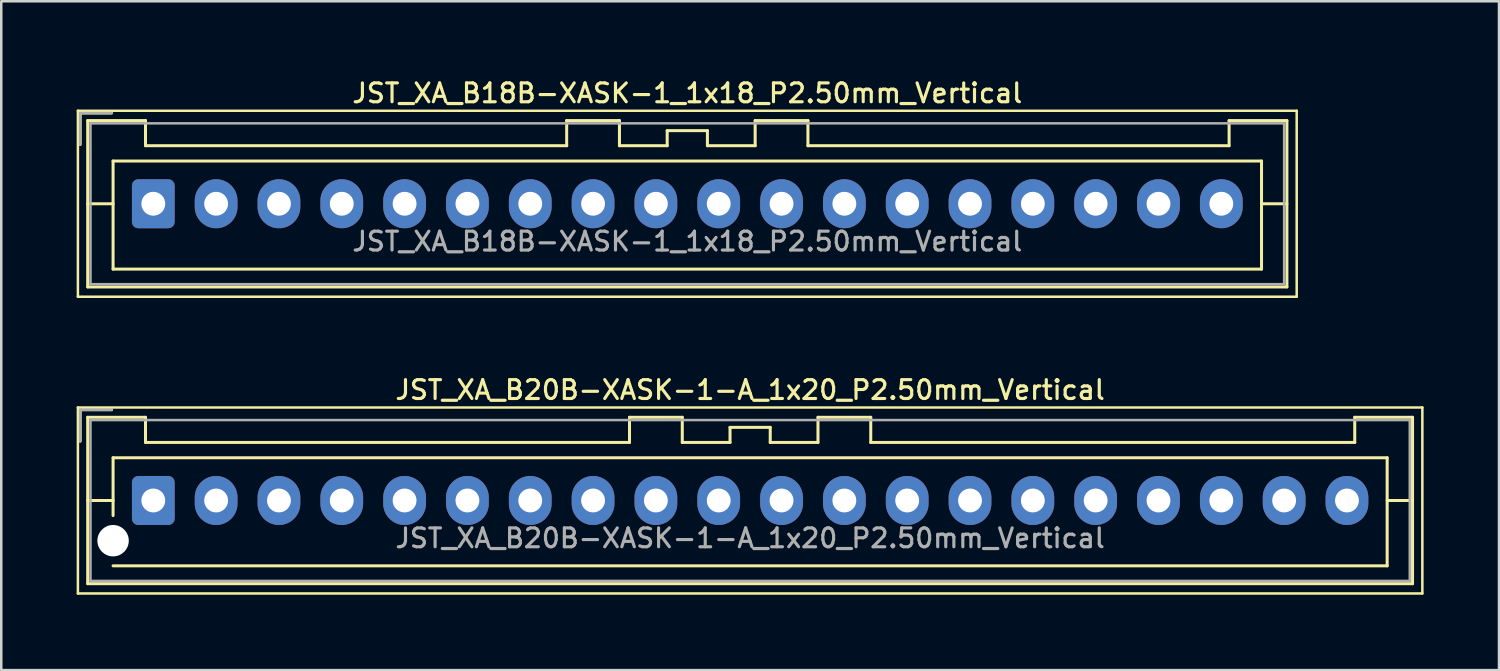
<source format=kicad_pcb>
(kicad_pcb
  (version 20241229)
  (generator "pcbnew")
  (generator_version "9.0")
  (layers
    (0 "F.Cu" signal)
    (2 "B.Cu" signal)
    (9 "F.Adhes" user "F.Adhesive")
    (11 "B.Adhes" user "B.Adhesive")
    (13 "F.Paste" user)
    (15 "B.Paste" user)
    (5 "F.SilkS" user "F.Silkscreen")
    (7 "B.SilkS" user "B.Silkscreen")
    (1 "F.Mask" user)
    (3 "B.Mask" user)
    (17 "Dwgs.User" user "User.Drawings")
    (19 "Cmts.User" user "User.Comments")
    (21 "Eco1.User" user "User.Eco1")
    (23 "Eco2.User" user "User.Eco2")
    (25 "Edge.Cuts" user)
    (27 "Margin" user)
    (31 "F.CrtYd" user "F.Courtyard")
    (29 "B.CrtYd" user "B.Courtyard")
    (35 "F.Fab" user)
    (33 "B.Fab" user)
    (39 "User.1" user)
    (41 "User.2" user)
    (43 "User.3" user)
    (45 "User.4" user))
  (footprint "JST_XA_B18B-XASK-1_1x18_P2.50mm_Vertical"
    (layer "F.Cu")
    (at 3.05 5.058)
    (property "Reference" "JST_XA_B18B-XASK-1_1x18_P2.50mm_Vertical" (at 21.25 -4.4 0) (layer "F.SilkS") (effects (font (size 0.75 0.75) (thickness 0.125))))
    (attr through_hole)
    (fp_line (start -3 -3.7) (end -3 3.7) (stroke (width 0.1) (type solid)) (layer "F.SilkS"))
    (fp_line (start -3 3.7) (end 45.5 3.7) (stroke (width 0.1) (type solid)) (layer "F.SilkS"))
    (fp_line (start -2.91 -3.61) (end -2.91 -2.36) (stroke (width 0.12) (type solid)) (layer "F.SilkS"))
    (fp_line (start -2.61 -3.31) (end -2.61 3.31) (stroke (width 0.12) (type solid)) (layer "F.SilkS"))
    (fp_line (start -2.61 0) (end -1.6 0) (stroke (width 0.12) (type solid)) (layer "F.SilkS"))
    (fp_line (start -2.61 3.31) (end 45.11 3.31) (stroke (width 0.12) (type solid)) (layer "F.SilkS"))
    (fp_line (start -1.66 -3.61) (end -2.91 -3.61) (stroke (width 0.12) (type solid)) (layer "F.SilkS"))
    (fp_line (start -1.6 -1.7) (end -1.6 2.6) (stroke (width 0.12) (type solid)) (layer "F.SilkS"))
    (fp_line (start -1.6 2.6) (end 44.1 2.6) (stroke (width 0.12) (type solid)) (layer "F.SilkS"))
    (fp_line (start -0.31 -3.31) (end -2.61 -3.31) (stroke (width 0.12) (type solid)) (layer "F.SilkS"))
    (fp_line (start -0.31 -2.31) (end -0.31 -3.31) (stroke (width 0.12) (type solid)) (layer "F.SilkS"))
    (fp_line (start 16.45 -3.31) (end 16.45 -2.31) (stroke (width 0.12) (type solid)) (layer "F.SilkS"))
    (fp_line (start 16.45 -2.31) (end -0.31 -2.31) (stroke (width 0.12) (type solid)) (layer "F.SilkS"))
    (fp_line (start 18.55 -3.31) (end 16.45 -3.31) (stroke (width 0.12) (type solid)) (layer "F.SilkS"))
    (fp_line (start 18.55 -2.31) (end 18.55 -3.31) (stroke (width 0.12) (type solid)) (layer "F.SilkS"))
    (fp_line (start 20.45 -2.91) (end 20.45 -2.31) (stroke (width 0.12) (type solid)) (layer "F.SilkS"))
    (fp_line (start 20.45 -2.31) (end 18.55 -2.31) (stroke (width 0.12) (type solid)) (layer "F.SilkS"))
    (fp_line (start 22.05 -2.91) (end 20.45 -2.91) (stroke (width 0.12) (type solid)) (layer "F.SilkS"))
    (fp_line (start 22.05 -2.31) (end 22.05 -2.91) (stroke (width 0.12) (type solid)) (layer "F.SilkS"))
    (fp_line (start 23.95 -3.31) (end 23.95 -2.31) (stroke (width 0.12) (type solid)) (layer "F.SilkS"))
    (fp_line (start 23.95 -2.31) (end 22.05 -2.31) (stroke (width 0.12) (type solid)) (layer "F.SilkS"))
    (fp_line (start 26.05 -3.31) (end 23.95 -3.31) (stroke (width 0.12) (type solid)) (layer "F.SilkS"))
    (fp_line (start 26.05 -2.31) (end 26.05 -3.31) (stroke (width 0.12) (type solid)) (layer "F.SilkS"))
    (fp_line (start 42.81 -3.31) (end 42.81 -2.31) (stroke (width 0.12) (type solid)) (layer "F.SilkS"))
    (fp_line (start 42.81 -2.31) (end 26.05 -2.31) (stroke (width 0.12) (type solid)) (layer "F.SilkS"))
    (fp_line (start 44.1 -1.7) (end -1.6 -1.7) (stroke (width 0.12) (type solid)) (layer "F.SilkS"))
    (fp_line (start 44.1 2.6) (end 44.1 -1.7) (stroke (width 0.12) (type solid)) (layer "F.SilkS"))
    (fp_line (start 45.11 -3.31) (end 42.81 -3.31) (stroke (width 0.12) (type solid)) (layer "F.SilkS"))
    (fp_line (start 45.11 0) (end 44.1 0) (stroke (width 0.12) (type solid)) (layer "F.SilkS"))
    (fp_line (start 45.11 3.31) (end 45.11 -3.31) (stroke (width 0.12) (type solid)) (layer "F.SilkS"))
    (fp_line (start 45.5 -3.7) (end -3 -3.7) (stroke (width 0.1) (type solid)) (layer "F.SilkS"))
    (fp_line (start 45.5 3.7) (end 45.5 -3.7) (stroke (width 0.1) (type solid)) (layer "F.SilkS"))
    (fp_line (start -2.91 -3.61) (end -2.91 -2.36) (stroke (width 0.1) (type solid)) (layer "F.Fab"))
    (fp_line (start -2.5 -3.2) (end -2.5 3.2) (stroke (width 0.1) (type solid)) (layer "F.Fab"))
    (fp_line (start -2.5 3.2) (end 45 3.2) (stroke (width 0.1) (type solid)) (layer "F.Fab"))
    (fp_line (start -1.66 -3.61) (end -2.91 -3.61) (stroke (width 0.1) (type solid)) (layer "F.Fab"))
    (fp_line (start 45 -3.2) (end -2.5 -3.2) (stroke (width 0.1) (type solid)) (layer "F.Fab"))
    (fp_line (start 45 3.2) (end 45 -3.2) (stroke (width 0.1) (type solid)) (layer "F.Fab"))
    (fp_text user "${REFERENCE}" (at 21.25 1.5 0) (layer "F.Fab") (effects (font (size 0.75 0.75) (thickness 0.125))))
    (pad "1" thru_hole roundrect (at 0 0) (size 1.7 1.95) (drill 0.95) (layers "*.Cu" "*.Mask") (roundrect_rratio 0.147))
    (pad "2" thru_hole oval (at 2.5 0) (size 1.7 1.95) (drill 0.95) (layers "*.Cu" "*.Mask"))
    (pad "3" thru_hole oval (at 5 0) (size 1.7 1.95) (drill 0.95) (layers "*.Cu" "*.Mask"))
    (pad "4" thru_hole oval (at 7.5 0) (size 1.7 1.95) (drill 0.95) (layers "*.Cu" "*.Mask"))
    (pad "5" thru_hole oval (at 10 0) (size 1.7 1.95) (drill 0.95) (layers "*.Cu" "*.Mask"))
    (pad "6" thru_hole oval (at 12.5 0) (size 1.7 1.95) (drill 0.95) (layers "*.Cu" "*.Mask"))
    (pad "7" thru_hole oval (at 15 0) (size 1.7 1.95) (drill 0.95) (layers "*.Cu" "*.Mask"))
    (pad "8" thru_hole oval (at 17.5 0) (size 1.7 1.95) (drill 0.95) (layers "*.Cu" "*.Mask"))
    (pad "9" thru_hole oval (at 20 0) (size 1.7 1.95) (drill 0.95) (layers "*.Cu" "*.Mask"))
    (pad "10" thru_hole oval (at 22.5 0) (size 1.7 1.95) (drill 0.95) (layers "*.Cu" "*.Mask"))
    (pad "11" thru_hole oval (at 25 0) (size 1.7 1.95) (drill 0.95) (layers "*.Cu" "*.Mask"))
    (pad "12" thru_hole oval (at 27.5 0) (size 1.7 1.95) (drill 0.95) (layers "*.Cu" "*.Mask"))
    (pad "13" thru_hole oval (at 30 0) (size 1.7 1.95) (drill 0.95) (layers "*.Cu" "*.Mask"))
    (pad "14" thru_hole oval (at 32.5 0) (size 1.7 1.95) (drill 0.95) (layers "*.Cu" "*.Mask"))
    (pad "15" thru_hole oval (at 35 0) (size 1.7 1.95) (drill 0.95) (layers "*.Cu" "*.Mask"))
    (pad "16" thru_hole oval (at 37.5 0) (size 1.7 1.95) (drill 0.95) (layers "*.Cu" "*.Mask"))
    (pad "17" thru_hole oval (at 40 0) (size 1.7 1.95) (drill 0.95) (layers "*.Cu" "*.Mask"))
    (pad "18" thru_hole oval (at 42.5 0) (size 1.7 1.95) (drill 0.95) (layers "*.Cu" "*.Mask")))
  (footprint "JST_XA_B20B-XASK-1-A_1x20_P2.50mm_Vertical"
    (layer "F.Cu")
    (at 3.05 16.866)
    (property "Reference" "JST_XA_B20B-XASK-1-A_1x20_P2.50mm_Vertical" (at 23.75 -4.4 0) (layer "F.SilkS") (effects (font (size 0.75 0.75) (thickness 0.125))))
    (attr through_hole)
    (fp_line (start -3 -3.7) (end -3 3.7) (stroke (width 0.1) (type solid)) (layer "F.SilkS"))
    (fp_line (start -3 3.7) (end 50.5 3.7) (stroke (width 0.1) (type solid)) (layer "F.SilkS"))
    (fp_line (start -2.91 -3.61) (end -2.91 -2.36) (stroke (width 0.12) (type solid)) (layer "F.SilkS"))
    (fp_line (start -2.61 -3.31) (end -2.61 3.31) (stroke (width 0.12) (type solid)) (layer "F.SilkS"))
    (fp_line (start -2.61 0) (end -1.6 0) (stroke (width 0.12) (type solid)) (layer "F.SilkS"))
    (fp_line (start -2.61 3.31) (end 50.11 3.31) (stroke (width 0.12) (type solid)) (layer "F.SilkS"))
    (fp_line (start -1.66 -3.61) (end -2.91 -3.61) (stroke (width 0.12) (type solid)) (layer "F.SilkS"))
    (fp_line (start -1.6 -1.7) (end 49.1 -1.7) (stroke (width 0.12) (type solid)) (layer "F.SilkS"))
    (fp_line (start -1.6 0.6) (end -1.6 -1.7) (stroke (width 0.12) (type solid)) (layer "F.SilkS"))
    (fp_line (start -0.31 -3.31) (end -2.61 -3.31) (stroke (width 0.12) (type solid)) (layer "F.SilkS"))
    (fp_line (start -0.31 -2.31) (end -0.31 -3.31) (stroke (width 0.12) (type solid)) (layer "F.SilkS"))
    (fp_line (start 18.95 -3.31) (end 18.95 -2.31) (stroke (width 0.12) (type solid)) (layer "F.SilkS"))
    (fp_line (start 18.95 -2.31) (end -0.31 -2.31) (stroke (width 0.12) (type solid)) (layer "F.SilkS"))
    (fp_line (start 21.05 -3.31) (end 18.95 -3.31) (stroke (width 0.12) (type solid)) (layer "F.SilkS"))
    (fp_line (start 21.05 -2.31) (end 21.05 -3.31) (stroke (width 0.12) (type solid)) (layer "F.SilkS"))
    (fp_line (start 22.95 -2.91) (end 22.95 -2.31) (stroke (width 0.12) (type solid)) (layer "F.SilkS"))
    (fp_line (start 22.95 -2.31) (end 21.05 -2.31) (stroke (width 0.12) (type solid)) (layer "F.SilkS"))
    (fp_line (start 24.55 -2.91) (end 22.95 -2.91) (stroke (width 0.12) (type solid)) (layer "F.SilkS"))
    (fp_line (start 24.55 -2.31) (end 24.55 -2.91) (stroke (width 0.12) (type solid)) (layer "F.SilkS"))
    (fp_line (start 26.45 -3.31) (end 26.45 -2.31) (stroke (width 0.12) (type solid)) (layer "F.SilkS"))
    (fp_line (start 26.45 -2.31) (end 24.55 -2.31) (stroke (width 0.12) (type solid)) (layer "F.SilkS"))
    (fp_line (start 28.55 -3.31) (end 26.45 -3.31) (stroke (width 0.12) (type solid)) (layer "F.SilkS"))
    (fp_line (start 28.55 -2.31) (end 28.55 -3.31) (stroke (width 0.12) (type solid)) (layer "F.SilkS"))
    (fp_line (start 47.81 -3.31) (end 47.81 -2.31) (stroke (width 0.12) (type solid)) (layer "F.SilkS"))
    (fp_line (start 47.81 -2.31) (end 28.55 -2.31) (stroke (width 0.12) (type solid)) (layer "F.SilkS"))
    (fp_line (start 49.1 -1.7) (end 49.1 2.6) (stroke (width 0.12) (type solid)) (layer "F.SilkS"))
    (fp_line (start 49.1 2.6) (end -1.6 2.6) (stroke (width 0.12) (type solid)) (layer "F.SilkS"))
    (fp_line (start 50.11 -3.31) (end 47.81 -3.31) (stroke (width 0.12) (type solid)) (layer "F.SilkS"))
    (fp_line (start 50.11 0) (end 49.1 0) (stroke (width 0.12) (type solid)) (layer "F.SilkS"))
    (fp_line (start 50.11 3.31) (end 50.11 -3.31) (stroke (width 0.12) (type solid)) (layer "F.SilkS"))
    (fp_line (start 50.5 -3.7) (end -3 -3.7) (stroke (width 0.1) (type solid)) (layer "F.SilkS"))
    (fp_line (start 50.5 3.7) (end 50.5 -3.7) (stroke (width 0.1) (type solid)) (layer "F.SilkS"))
    (fp_line (start -2.91 -3.61) (end -2.91 -2.36) (stroke (width 0.1) (type solid)) (layer "F.Fab"))
    (fp_line (start -2.5 -3.2) (end -2.5 3.2) (stroke (width 0.1) (type solid)) (layer "F.Fab"))
    (fp_line (start -2.5 3.2) (end 50 3.2) (stroke (width 0.1) (type solid)) (layer "F.Fab"))
    (fp_line (start -1.66 -3.61) (end -2.91 -3.61) (stroke (width 0.1) (type solid)) (layer "F.Fab"))
    (fp_line (start 50 -3.2) (end -2.5 -3.2) (stroke (width 0.1) (type solid)) (layer "F.Fab"))
    (fp_line (start 50 3.2) (end 50 -3.2) (stroke (width 0.1) (type solid)) (layer "F.Fab"))
    (fp_text user "${REFERENCE}" (at 23.75 1.5 0) (layer "F.Fab") (effects (font (size 0.75 0.75) (thickness 0.125))))
    (pad "" np_thru_hole circle (at -1.6 1.6) (size 1.25 1.25) (drill 1.25) (layers "*.Cu" "*.Mask"))
    (pad "1" thru_hole roundrect (at 0 0) (size 1.7 1.95) (drill 0.95) (layers "*.Cu" "*.Mask") (roundrect_rratio 0.147))
    (pad "2" thru_hole oval (at 2.5 0) (size 1.7 1.95) (drill 0.95) (layers "*.Cu" "*.Mask"))
    (pad "3" thru_hole oval (at 5 0) (size 1.7 1.95) (drill 0.95) (layers "*.Cu" "*.Mask"))
    (pad "4" thru_hole oval (at 7.5 0) (size 1.7 1.95) (drill 0.95) (layers "*.Cu" "*.Mask"))
    (pad "5" thru_hole oval (at 10 0) (size 1.7 1.95) (drill 0.95) (layers "*.Cu" "*.Mask"))
    (pad "6" thru_hole oval (at 12.5 0) (size 1.7 1.95) (drill 0.95) (layers "*.Cu" "*.Mask"))
    (pad "7" thru_hole oval (at 15 0) (size 1.7 1.95) (drill 0.95) (layers "*.Cu" "*.Mask"))
    (pad "8" thru_hole oval (at 17.5 0) (size 1.7 1.95) (drill 0.95) (layers "*.Cu" "*.Mask"))
    (pad "9" thru_hole oval (at 20 0) (size 1.7 1.95) (drill 0.95) (layers "*.Cu" "*.Mask"))
    (pad "10" thru_hole oval (at 22.5 0) (size 1.7 1.95) (drill 0.95) (layers "*.Cu" "*.Mask"))
    (pad "11" thru_hole oval (at 25 0) (size 1.7 1.95) (drill 0.95) (layers "*.Cu" "*.Mask"))
    (pad "12" thru_hole oval (at 27.5 0) (size 1.7 1.95) (drill 0.95) (layers "*.Cu" "*.Mask"))
    (pad "13" thru_hole oval (at 30 0) (size 1.7 1.95) (drill 0.95) (layers "*.Cu" "*.Mask"))
    (pad "14" thru_hole oval (at 32.5 0) (size 1.7 1.95) (drill 0.95) (layers "*.Cu" "*.Mask"))
    (pad "15" thru_hole oval (at 35 0) (size 1.7 1.95) (drill 0.95) (layers "*.Cu" "*.Mask"))
    (pad "16" thru_hole oval (at 37.5 0) (size 1.7 1.95) (drill 0.95) (layers "*.Cu" "*.Mask"))
    (pad "17" thru_hole oval (at 40 0) (size 1.7 1.95) (drill 0.95) (layers "*.Cu" "*.Mask"))
    (pad "18" thru_hole oval (at 42.5 0) (size 1.7 1.95) (drill 0.95) (layers "*.Cu" "*.Mask"))
    (pad "19" thru_hole oval (at 45 0) (size 1.7 1.95) (drill 0.95) (layers "*.Cu" "*.Mask"))
    (pad "20" thru_hole oval (at 47.5 0) (size 1.7 1.95) (drill 0.95) (layers "*.Cu" "*.Mask")))
  (gr_rect
    (start -3 -3)
    (end 56.6 23.616)
    (stroke (width 0.1) (type default))
    (fill no)
    (layer "Edge.Cuts")))
</source>
